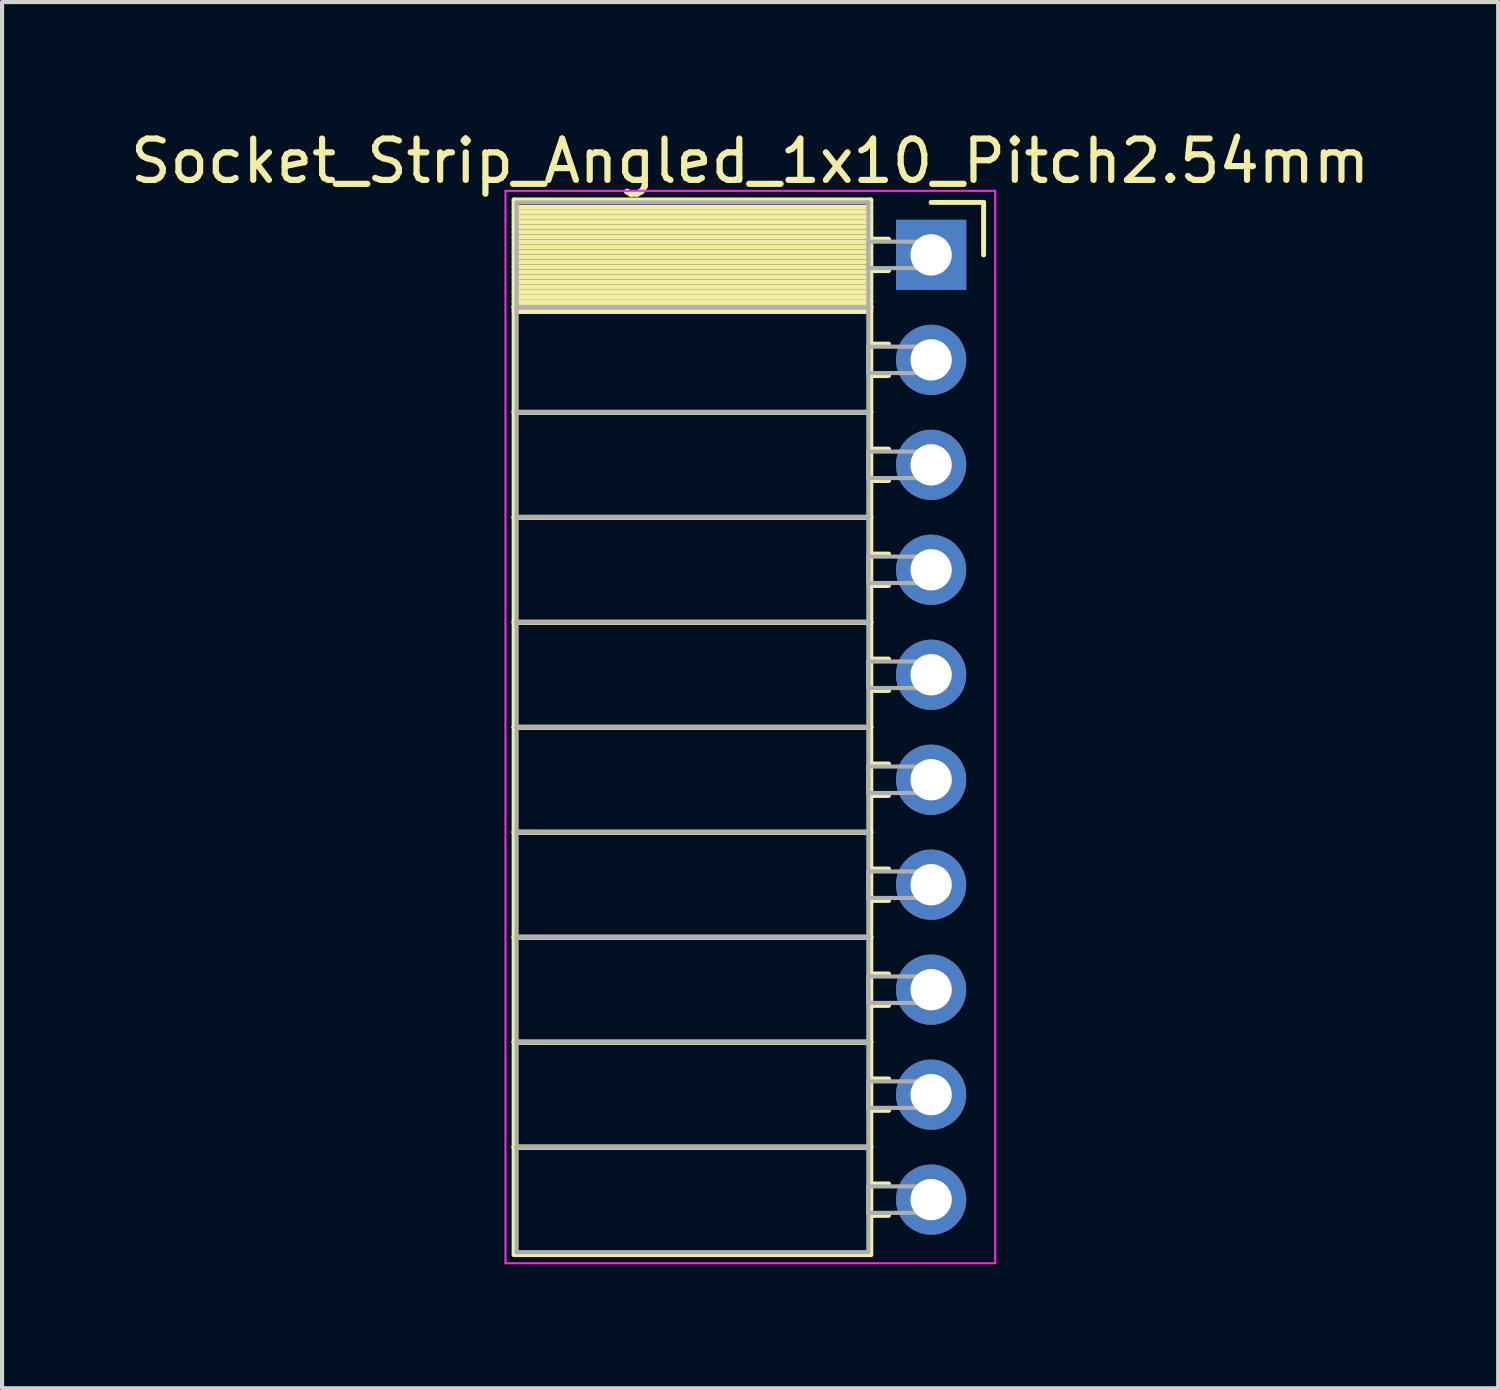
<source format=kicad_pcb>
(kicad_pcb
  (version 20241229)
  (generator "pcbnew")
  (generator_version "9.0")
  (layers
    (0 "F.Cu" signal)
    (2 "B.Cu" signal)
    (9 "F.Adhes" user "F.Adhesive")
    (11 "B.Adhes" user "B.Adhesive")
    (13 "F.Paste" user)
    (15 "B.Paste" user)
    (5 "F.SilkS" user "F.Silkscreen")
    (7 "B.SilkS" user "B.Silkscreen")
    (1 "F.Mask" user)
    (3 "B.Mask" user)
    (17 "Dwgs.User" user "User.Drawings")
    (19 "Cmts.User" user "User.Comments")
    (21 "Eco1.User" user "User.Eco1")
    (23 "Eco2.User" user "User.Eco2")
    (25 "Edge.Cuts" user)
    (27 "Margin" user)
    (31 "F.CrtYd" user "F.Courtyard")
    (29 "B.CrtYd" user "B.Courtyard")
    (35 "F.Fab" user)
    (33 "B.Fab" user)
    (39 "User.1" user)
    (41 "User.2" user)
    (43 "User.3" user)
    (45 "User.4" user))
  (footprint "Socket_Strip_Angled_1x10_Pitch2.54mm"
    (layer "F.Cu")
    (at 19.481 3.118)
    (property "Reference" "Socket_Strip_Angled_1x10_Pitch2.54mm" (at -4.38 -2.27 0) (layer "F.SilkS") (effects (font (size 1 1) (thickness 0.15))))
    (attr through_hole)
    (fp_line (start -10.09 -1.33) (end -1.46 -1.33) (stroke (width 0.12) (type solid)) (layer "F.SilkS"))
    (fp_line (start -10.09 1.27) (end -10.09 -1.33) (stroke (width 0.12) (type solid)) (layer "F.SilkS"))
    (fp_line (start -10.09 1.27) (end -1.46 1.27) (stroke (width 0.12) (type solid)) (layer "F.SilkS"))
    (fp_line (start -10.09 3.81) (end -10.09 1.27) (stroke (width 0.12) (type solid)) (layer "F.SilkS"))
    (fp_line (start -10.09 3.81) (end -1.46 3.81) (stroke (width 0.12) (type solid)) (layer "F.SilkS"))
    (fp_line (start -10.09 6.35) (end -10.09 3.81) (stroke (width 0.12) (type solid)) (layer "F.SilkS"))
    (fp_line (start -10.09 6.35) (end -1.46 6.35) (stroke (width 0.12) (type solid)) (layer "F.SilkS"))
    (fp_line (start -10.09 8.89) (end -10.09 6.35) (stroke (width 0.12) (type solid)) (layer "F.SilkS"))
    (fp_line (start -10.09 8.89) (end -1.46 8.89) (stroke (width 0.12) (type solid)) (layer "F.SilkS"))
    (fp_line (start -10.09 11.43) (end -10.09 8.89) (stroke (width 0.12) (type solid)) (layer "F.SilkS"))
    (fp_line (start -10.09 11.43) (end -1.46 11.43) (stroke (width 0.12) (type solid)) (layer "F.SilkS"))
    (fp_line (start -10.09 13.97) (end -10.09 11.43) (stroke (width 0.12) (type solid)) (layer "F.SilkS"))
    (fp_line (start -10.09 13.97) (end -1.46 13.97) (stroke (width 0.12) (type solid)) (layer "F.SilkS"))
    (fp_line (start -10.09 16.51) (end -10.09 13.97) (stroke (width 0.12) (type solid)) (layer "F.SilkS"))
    (fp_line (start -10.09 16.51) (end -1.46 16.51) (stroke (width 0.12) (type solid)) (layer "F.SilkS"))
    (fp_line (start -10.09 19.05) (end -10.09 16.51) (stroke (width 0.12) (type solid)) (layer "F.SilkS"))
    (fp_line (start -10.09 19.05) (end -1.46 19.05) (stroke (width 0.12) (type solid)) (layer "F.SilkS"))
    (fp_line (start -10.09 21.59) (end -10.09 19.05) (stroke (width 0.12) (type solid)) (layer "F.SilkS"))
    (fp_line (start -10.09 21.59) (end -1.46 21.59) (stroke (width 0.12) (type solid)) (layer "F.SilkS"))
    (fp_line (start -10.09 24.19) (end -10.09 21.59) (stroke (width 0.12) (type solid)) (layer "F.SilkS"))
    (fp_line (start -1.46 -1.33) (end -1.46 1.27) (stroke (width 0.12) (type solid)) (layer "F.SilkS"))
    (fp_line (start -1.46 -1.15) (end -10.09 -1.15) (stroke (width 0.12) (type solid)) (layer "F.SilkS"))
    (fp_line (start -1.46 -1.03) (end -10.09 -1.03) (stroke (width 0.12) (type solid)) (layer "F.SilkS"))
    (fp_line (start -1.46 -0.91) (end -10.09 -0.91) (stroke (width 0.12) (type solid)) (layer "F.SilkS"))
    (fp_line (start -1.46 -0.79) (end -10.09 -0.79) (stroke (width 0.12) (type solid)) (layer "F.SilkS"))
    (fp_line (start -1.46 -0.67) (end -10.09 -0.67) (stroke (width 0.12) (type solid)) (layer "F.SilkS"))
    (fp_line (start -1.46 -0.55) (end -10.09 -0.55) (stroke (width 0.12) (type solid)) (layer "F.SilkS"))
    (fp_line (start -1.46 -0.43) (end -10.09 -0.43) (stroke (width 0.12) (type solid)) (layer "F.SilkS"))
    (fp_line (start -1.46 -0.31) (end -10.09 -0.31) (stroke (width 0.12) (type solid)) (layer "F.SilkS"))
    (fp_line (start -1.46 -0.19) (end -10.09 -0.19) (stroke (width 0.12) (type solid)) (layer "F.SilkS"))
    (fp_line (start -1.46 -0.07) (end -10.09 -0.07) (stroke (width 0.12) (type solid)) (layer "F.SilkS"))
    (fp_line (start -1.46 0.05) (end -10.09 0.05) (stroke (width 0.12) (type solid)) (layer "F.SilkS"))
    (fp_line (start -1.46 0.17) (end -10.09 0.17) (stroke (width 0.12) (type solid)) (layer "F.SilkS"))
    (fp_line (start -1.46 0.29) (end -10.09 0.29) (stroke (width 0.12) (type solid)) (layer "F.SilkS"))
    (fp_line (start -1.46 0.41) (end -10.09 0.41) (stroke (width 0.12) (type solid)) (layer "F.SilkS"))
    (fp_line (start -1.46 0.53) (end -10.09 0.53) (stroke (width 0.12) (type solid)) (layer "F.SilkS"))
    (fp_line (start -1.46 0.65) (end -10.09 0.65) (stroke (width 0.12) (type solid)) (layer "F.SilkS"))
    (fp_line (start -1.46 0.77) (end -10.09 0.77) (stroke (width 0.12) (type solid)) (layer "F.SilkS"))
    (fp_line (start -1.46 0.89) (end -10.09 0.89) (stroke (width 0.12) (type solid)) (layer "F.SilkS"))
    (fp_line (start -1.46 1.01) (end -10.09 1.01) (stroke (width 0.12) (type solid)) (layer "F.SilkS"))
    (fp_line (start -1.46 1.13) (end -10.09 1.13) (stroke (width 0.12) (type solid)) (layer "F.SilkS"))
    (fp_line (start -1.46 1.25) (end -10.09 1.25) (stroke (width 0.12) (type solid)) (layer "F.SilkS"))
    (fp_line (start -1.46 1.27) (end -10.09 1.27) (stroke (width 0.12) (type solid)) (layer "F.SilkS"))
    (fp_line (start -1.46 1.27) (end -1.46 3.81) (stroke (width 0.12) (type solid)) (layer "F.SilkS"))
    (fp_line (start -1.46 1.37) (end -10.09 1.37) (stroke (width 0.12) (type solid)) (layer "F.SilkS"))
    (fp_line (start -1.46 3.81) (end -10.09 3.81) (stroke (width 0.12) (type solid)) (layer "F.SilkS"))
    (fp_line (start -1.46 3.81) (end -1.46 6.35) (stroke (width 0.12) (type solid)) (layer "F.SilkS"))
    (fp_line (start -1.46 6.35) (end -10.09 6.35) (stroke (width 0.12) (type solid)) (layer "F.SilkS"))
    (fp_line (start -1.46 6.35) (end -1.46 8.89) (stroke (width 0.12) (type solid)) (layer "F.SilkS"))
    (fp_line (start -1.46 8.89) (end -10.09 8.89) (stroke (width 0.12) (type solid)) (layer "F.SilkS"))
    (fp_line (start -1.46 8.89) (end -1.46 11.43) (stroke (width 0.12) (type solid)) (layer "F.SilkS"))
    (fp_line (start -1.46 11.43) (end -10.09 11.43) (stroke (width 0.12) (type solid)) (layer "F.SilkS"))
    (fp_line (start -1.46 11.43) (end -1.46 13.97) (stroke (width 0.12) (type solid)) (layer "F.SilkS"))
    (fp_line (start -1.46 13.97) (end -10.09 13.97) (stroke (width 0.12) (type solid)) (layer "F.SilkS"))
    (fp_line (start -1.46 13.97) (end -1.46 16.51) (stroke (width 0.12) (type solid)) (layer "F.SilkS"))
    (fp_line (start -1.46 16.51) (end -10.09 16.51) (stroke (width 0.12) (type solid)) (layer "F.SilkS"))
    (fp_line (start -1.46 16.51) (end -1.46 19.05) (stroke (width 0.12) (type solid)) (layer "F.SilkS"))
    (fp_line (start -1.46 19.05) (end -10.09 19.05) (stroke (width 0.12) (type solid)) (layer "F.SilkS"))
    (fp_line (start -1.46 19.05) (end -1.46 21.59) (stroke (width 0.12) (type solid)) (layer "F.SilkS"))
    (fp_line (start -1.46 21.59) (end -10.09 21.59) (stroke (width 0.12) (type solid)) (layer "F.SilkS"))
    (fp_line (start -1.46 21.59) (end -1.46 24.19) (stroke (width 0.12) (type solid)) (layer "F.SilkS"))
    (fp_line (start -1.46 24.19) (end -10.09 24.19) (stroke (width 0.12) (type solid)) (layer "F.SilkS"))
    (fp_line (start -1.03 -0.38) (end -1.46 -0.38) (stroke (width 0.12) (type solid)) (layer "F.SilkS"))
    (fp_line (start -1.03 0.38) (end -1.46 0.38) (stroke (width 0.12) (type solid)) (layer "F.SilkS"))
    (fp_line (start -1.03 2.16) (end -1.46 2.16) (stroke (width 0.12) (type solid)) (layer "F.SilkS"))
    (fp_line (start -1.03 2.92) (end -1.46 2.92) (stroke (width 0.12) (type solid)) (layer "F.SilkS"))
    (fp_line (start -1.03 4.7) (end -1.46 4.7) (stroke (width 0.12) (type solid)) (layer "F.SilkS"))
    (fp_line (start -1.03 5.46) (end -1.46 5.46) (stroke (width 0.12) (type solid)) (layer "F.SilkS"))
    (fp_line (start -1.03 7.24) (end -1.46 7.24) (stroke (width 0.12) (type solid)) (layer "F.SilkS"))
    (fp_line (start -1.03 8) (end -1.46 8) (stroke (width 0.12) (type solid)) (layer "F.SilkS"))
    (fp_line (start -1.03 9.78) (end -1.46 9.78) (stroke (width 0.12) (type solid)) (layer "F.SilkS"))
    (fp_line (start -1.03 10.54) (end -1.46 10.54) (stroke (width 0.12) (type solid)) (layer "F.SilkS"))
    (fp_line (start -1.03 12.32) (end -1.46 12.32) (stroke (width 0.12) (type solid)) (layer "F.SilkS"))
    (fp_line (start -1.03 13.08) (end -1.46 13.08) (stroke (width 0.12) (type solid)) (layer "F.SilkS"))
    (fp_line (start -1.03 14.86) (end -1.46 14.86) (stroke (width 0.12) (type solid)) (layer "F.SilkS"))
    (fp_line (start -1.03 15.62) (end -1.46 15.62) (stroke (width 0.12) (type solid)) (layer "F.SilkS"))
    (fp_line (start -1.03 17.4) (end -1.46 17.4) (stroke (width 0.12) (type solid)) (layer "F.SilkS"))
    (fp_line (start -1.03 18.16) (end -1.46 18.16) (stroke (width 0.12) (type solid)) (layer "F.SilkS"))
    (fp_line (start -1.03 19.94) (end -1.46 19.94) (stroke (width 0.12) (type solid)) (layer "F.SilkS"))
    (fp_line (start -1.03 20.7) (end -1.46 20.7) (stroke (width 0.12) (type solid)) (layer "F.SilkS"))
    (fp_line (start -1.03 22.48) (end -1.46 22.48) (stroke (width 0.12) (type solid)) (layer "F.SilkS"))
    (fp_line (start -1.03 23.24) (end -1.46 23.24) (stroke (width 0.12) (type solid)) (layer "F.SilkS"))
    (fp_line (start 0 -1.27) (end 1.27 -1.27) (stroke (width 0.12) (type solid)) (layer "F.SilkS"))
    (fp_line (start 1.27 -1.27) (end 1.27 0) (stroke (width 0.12) (type solid)) (layer "F.SilkS"))
    (fp_line (start -10.3 -1.55) (end 1.55 -1.55) (stroke (width 0.05) (type solid)) (layer "F.CrtYd"))
    (fp_line (start -10.3 24.4) (end -10.3 -1.55) (stroke (width 0.05) (type solid)) (layer "F.CrtYd"))
    (fp_line (start 1.55 -1.55) (end 1.55 24.4) (stroke (width 0.05) (type solid)) (layer "F.CrtYd"))
    (fp_line (start 1.55 24.4) (end -10.3 24.4) (stroke (width 0.05) (type solid)) (layer "F.CrtYd"))
    (fp_line (start -10.03 -1.27) (end -1.52 -1.27) (stroke (width 0.1) (type solid)) (layer "F.Fab"))
    (fp_line (start -10.03 1.27) (end -10.03 -1.27) (stroke (width 0.1) (type solid)) (layer "F.Fab"))
    (fp_line (start -10.03 1.27) (end -1.52 1.27) (stroke (width 0.1) (type solid)) (layer "F.Fab"))
    (fp_line (start -10.03 3.81) (end -10.03 1.27) (stroke (width 0.1) (type solid)) (layer "F.Fab"))
    (fp_line (start -10.03 3.81) (end -1.52 3.81) (stroke (width 0.1) (type solid)) (layer "F.Fab"))
    (fp_line (start -10.03 6.35) (end -10.03 3.81) (stroke (width 0.1) (type solid)) (layer "F.Fab"))
    (fp_line (start -10.03 6.35) (end -1.52 6.35) (stroke (width 0.1) (type solid)) (layer "F.Fab"))
    (fp_line (start -10.03 8.89) (end -10.03 6.35) (stroke (width 0.1) (type solid)) (layer "F.Fab"))
    (fp_line (start -10.03 8.89) (end -1.52 8.89) (stroke (width 0.1) (type solid)) (layer "F.Fab"))
    (fp_line (start -10.03 11.43) (end -10.03 8.89) (stroke (width 0.1) (type solid)) (layer "F.Fab"))
    (fp_line (start -10.03 11.43) (end -1.52 11.43) (stroke (width 0.1) (type solid)) (layer "F.Fab"))
    (fp_line (start -10.03 13.97) (end -10.03 11.43) (stroke (width 0.1) (type solid)) (layer "F.Fab"))
    (fp_line (start -10.03 13.97) (end -1.52 13.97) (stroke (width 0.1) (type solid)) (layer "F.Fab"))
    (fp_line (start -10.03 16.51) (end -10.03 13.97) (stroke (width 0.1) (type solid)) (layer "F.Fab"))
    (fp_line (start -10.03 16.51) (end -1.52 16.51) (stroke (width 0.1) (type solid)) (layer "F.Fab"))
    (fp_line (start -10.03 19.05) (end -10.03 16.51) (stroke (width 0.1) (type solid)) (layer "F.Fab"))
    (fp_line (start -10.03 19.05) (end -1.52 19.05) (stroke (width 0.1) (type solid)) (layer "F.Fab"))
    (fp_line (start -10.03 21.59) (end -10.03 19.05) (stroke (width 0.1) (type solid)) (layer "F.Fab"))
    (fp_line (start -10.03 21.59) (end -1.52 21.59) (stroke (width 0.1) (type solid)) (layer "F.Fab"))
    (fp_line (start -10.03 24.13) (end -10.03 21.59) (stroke (width 0.1) (type solid)) (layer "F.Fab"))
    (fp_line (start -1.52 -1.27) (end -1.52 1.27) (stroke (width 0.1) (type solid)) (layer "F.Fab"))
    (fp_line (start -1.52 -0.32) (end 0 -0.32) (stroke (width 0.1) (type solid)) (layer "F.Fab"))
    (fp_line (start -1.52 0.32) (end -1.52 -0.32) (stroke (width 0.1) (type solid)) (layer "F.Fab"))
    (fp_line (start -1.52 1.27) (end -10.03 1.27) (stroke (width 0.1) (type solid)) (layer "F.Fab"))
    (fp_line (start -1.52 1.27) (end -1.52 3.81) (stroke (width 0.1) (type solid)) (layer "F.Fab"))
    (fp_line (start -1.52 2.22) (end 0 2.22) (stroke (width 0.1) (type solid)) (layer "F.Fab"))
    (fp_line (start -1.52 2.86) (end -1.52 2.22) (stroke (width 0.1) (type solid)) (layer "F.Fab"))
    (fp_line (start -1.52 3.81) (end -10.03 3.81) (stroke (width 0.1) (type solid)) (layer "F.Fab"))
    (fp_line (start -1.52 3.81) (end -1.52 6.35) (stroke (width 0.1) (type solid)) (layer "F.Fab"))
    (fp_line (start -1.52 4.76) (end 0 4.76) (stroke (width 0.1) (type solid)) (layer "F.Fab"))
    (fp_line (start -1.52 5.4) (end -1.52 4.76) (stroke (width 0.1) (type solid)) (layer "F.Fab"))
    (fp_line (start -1.52 6.35) (end -10.03 6.35) (stroke (width 0.1) (type solid)) (layer "F.Fab"))
    (fp_line (start -1.52 6.35) (end -1.52 8.89) (stroke (width 0.1) (type solid)) (layer "F.Fab"))
    (fp_line (start -1.52 7.3) (end 0 7.3) (stroke (width 0.1) (type solid)) (layer "F.Fab"))
    (fp_line (start -1.52 7.94) (end -1.52 7.3) (stroke (width 0.1) (type solid)) (layer "F.Fab"))
    (fp_line (start -1.52 8.89) (end -10.03 8.89) (stroke (width 0.1) (type solid)) (layer "F.Fab"))
    (fp_line (start -1.52 8.89) (end -1.52 11.43) (stroke (width 0.1) (type solid)) (layer "F.Fab"))
    (fp_line (start -1.52 9.84) (end 0 9.84) (stroke (width 0.1) (type solid)) (layer "F.Fab"))
    (fp_line (start -1.52 10.48) (end -1.52 9.84) (stroke (width 0.1) (type solid)) (layer "F.Fab"))
    (fp_line (start -1.52 11.43) (end -10.03 11.43) (stroke (width 0.1) (type solid)) (layer "F.Fab"))
    (fp_line (start -1.52 11.43) (end -1.52 13.97) (stroke (width 0.1) (type solid)) (layer "F.Fab"))
    (fp_line (start -1.52 12.38) (end 0 12.38) (stroke (width 0.1) (type solid)) (layer "F.Fab"))
    (fp_line (start -1.52 13.02) (end -1.52 12.38) (stroke (width 0.1) (type solid)) (layer "F.Fab"))
    (fp_line (start -1.52 13.97) (end -10.03 13.97) (stroke (width 0.1) (type solid)) (layer "F.Fab"))
    (fp_line (start -1.52 13.97) (end -1.52 16.51) (stroke (width 0.1) (type solid)) (layer "F.Fab"))
    (fp_line (start -1.52 14.92) (end 0 14.92) (stroke (width 0.1) (type solid)) (layer "F.Fab"))
    (fp_line (start -1.52 15.56) (end -1.52 14.92) (stroke (width 0.1) (type solid)) (layer "F.Fab"))
    (fp_line (start -1.52 16.51) (end -10.03 16.51) (stroke (width 0.1) (type solid)) (layer "F.Fab"))
    (fp_line (start -1.52 16.51) (end -1.52 19.05) (stroke (width 0.1) (type solid)) (layer "F.Fab"))
    (fp_line (start -1.52 17.46) (end 0 17.46) (stroke (width 0.1) (type solid)) (layer "F.Fab"))
    (fp_line (start -1.52 18.1) (end -1.52 17.46) (stroke (width 0.1) (type solid)) (layer "F.Fab"))
    (fp_line (start -1.52 19.05) (end -10.03 19.05) (stroke (width 0.1) (type solid)) (layer "F.Fab"))
    (fp_line (start -1.52 19.05) (end -1.52 21.59) (stroke (width 0.1) (type solid)) (layer "F.Fab"))
    (fp_line (start -1.52 20) (end 0 20) (stroke (width 0.1) (type solid)) (layer "F.Fab"))
    (fp_line (start -1.52 20.64) (end -1.52 20) (stroke (width 0.1) (type solid)) (layer "F.Fab"))
    (fp_line (start -1.52 21.59) (end -10.03 21.59) (stroke (width 0.1) (type solid)) (layer "F.Fab"))
    (fp_line (start -1.52 21.59) (end -1.52 24.13) (stroke (width 0.1) (type solid)) (layer "F.Fab"))
    (fp_line (start -1.52 22.54) (end 0 22.54) (stroke (width 0.1) (type solid)) (layer "F.Fab"))
    (fp_line (start -1.52 23.18) (end -1.52 22.54) (stroke (width 0.1) (type solid)) (layer "F.Fab"))
    (fp_line (start -1.52 24.13) (end -10.03 24.13) (stroke (width 0.1) (type solid)) (layer "F.Fab"))
    (fp_line (start 0 -0.32) (end 0 0.32) (stroke (width 0.1) (type solid)) (layer "F.Fab"))
    (fp_line (start 0 0.32) (end -1.52 0.32) (stroke (width 0.1) (type solid)) (layer "F.Fab"))
    (fp_line (start 0 2.22) (end 0 2.86) (stroke (width 0.1) (type solid)) (layer "F.Fab"))
    (fp_line (start 0 2.86) (end -1.52 2.86) (stroke (width 0.1) (type solid)) (layer "F.Fab"))
    (fp_line (start 0 4.76) (end 0 5.4) (stroke (width 0.1) (type solid)) (layer "F.Fab"))
    (fp_line (start 0 5.4) (end -1.52 5.4) (stroke (width 0.1) (type solid)) (layer "F.Fab"))
    (fp_line (start 0 7.3) (end 0 7.94) (stroke (width 0.1) (type solid)) (layer "F.Fab"))
    (fp_line (start 0 7.94) (end -1.52 7.94) (stroke (width 0.1) (type solid)) (layer "F.Fab"))
    (fp_line (start 0 9.84) (end 0 10.48) (stroke (width 0.1) (type solid)) (layer "F.Fab"))
    (fp_line (start 0 10.48) (end -1.52 10.48) (stroke (width 0.1) (type solid)) (layer "F.Fab"))
    (fp_line (start 0 12.38) (end 0 13.02) (stroke (width 0.1) (type solid)) (layer "F.Fab"))
    (fp_line (start 0 13.02) (end -1.52 13.02) (stroke (width 0.1) (type solid)) (layer "F.Fab"))
    (fp_line (start 0 14.92) (end 0 15.56) (stroke (width 0.1) (type solid)) (layer "F.Fab"))
    (fp_line (start 0 15.56) (end -1.52 15.56) (stroke (width 0.1) (type solid)) (layer "F.Fab"))
    (fp_line (start 0 17.46) (end 0 18.1) (stroke (width 0.1) (type solid)) (layer "F.Fab"))
    (fp_line (start 0 18.1) (end -1.52 18.1) (stroke (width 0.1) (type solid)) (layer "F.Fab"))
    (fp_line (start 0 20) (end 0 20.64) (stroke (width 0.1) (type solid)) (layer "F.Fab"))
    (fp_line (start 0 20.64) (end -1.52 20.64) (stroke (width 0.1) (type solid)) (layer "F.Fab"))
    (fp_line (start 0 22.54) (end 0 23.18) (stroke (width 0.1) (type solid)) (layer "F.Fab"))
    (fp_line (start 0 23.18) (end -1.52 23.18) (stroke (width 0.1) (type solid)) (layer "F.Fab"))
    (pad "1" thru_hole rect (at 0 0) (size 1.7 1.7) (drill 1) (layers "*.Cu" "*.Mask"))
    (pad "2" thru_hole oval (at 0 2.54) (size 1.7 1.7) (drill 1) (layers "*.Cu" "*.Mask"))
    (pad "3" thru_hole oval (at 0 5.08) (size 1.7 1.7) (drill 1) (layers "*.Cu" "*.Mask"))
    (pad "4" thru_hole oval (at 0 7.62) (size 1.7 1.7) (drill 1) (layers "*.Cu" "*.Mask"))
    (pad "5" thru_hole oval (at 0 10.16) (size 1.7 1.7) (drill 1) (layers "*.Cu" "*.Mask"))
    (pad "6" thru_hole oval (at 0 12.7) (size 1.7 1.7) (drill 1) (layers "*.Cu" "*.Mask"))
    (pad "7" thru_hole oval (at 0 15.24) (size 1.7 1.7) (drill 1) (layers "*.Cu" "*.Mask"))
    (pad "8" thru_hole oval (at 0 17.78) (size 1.7 1.7) (drill 1) (layers "*.Cu" "*.Mask"))
    (pad "9" thru_hole oval (at 0 20.32) (size 1.7 1.7) (drill 1) (layers "*.Cu" "*.Mask"))
    (pad "10" thru_hole oval (at 0 22.86) (size 1.7 1.7) (drill 1) (layers "*.Cu" "*.Mask")))
  (gr_rect
    (start -3 -3)
    (end 33.202 30.543)
    (stroke (width 0.1) (type default))
    (fill no)
    (layer "Edge.Cuts")))
</source>
